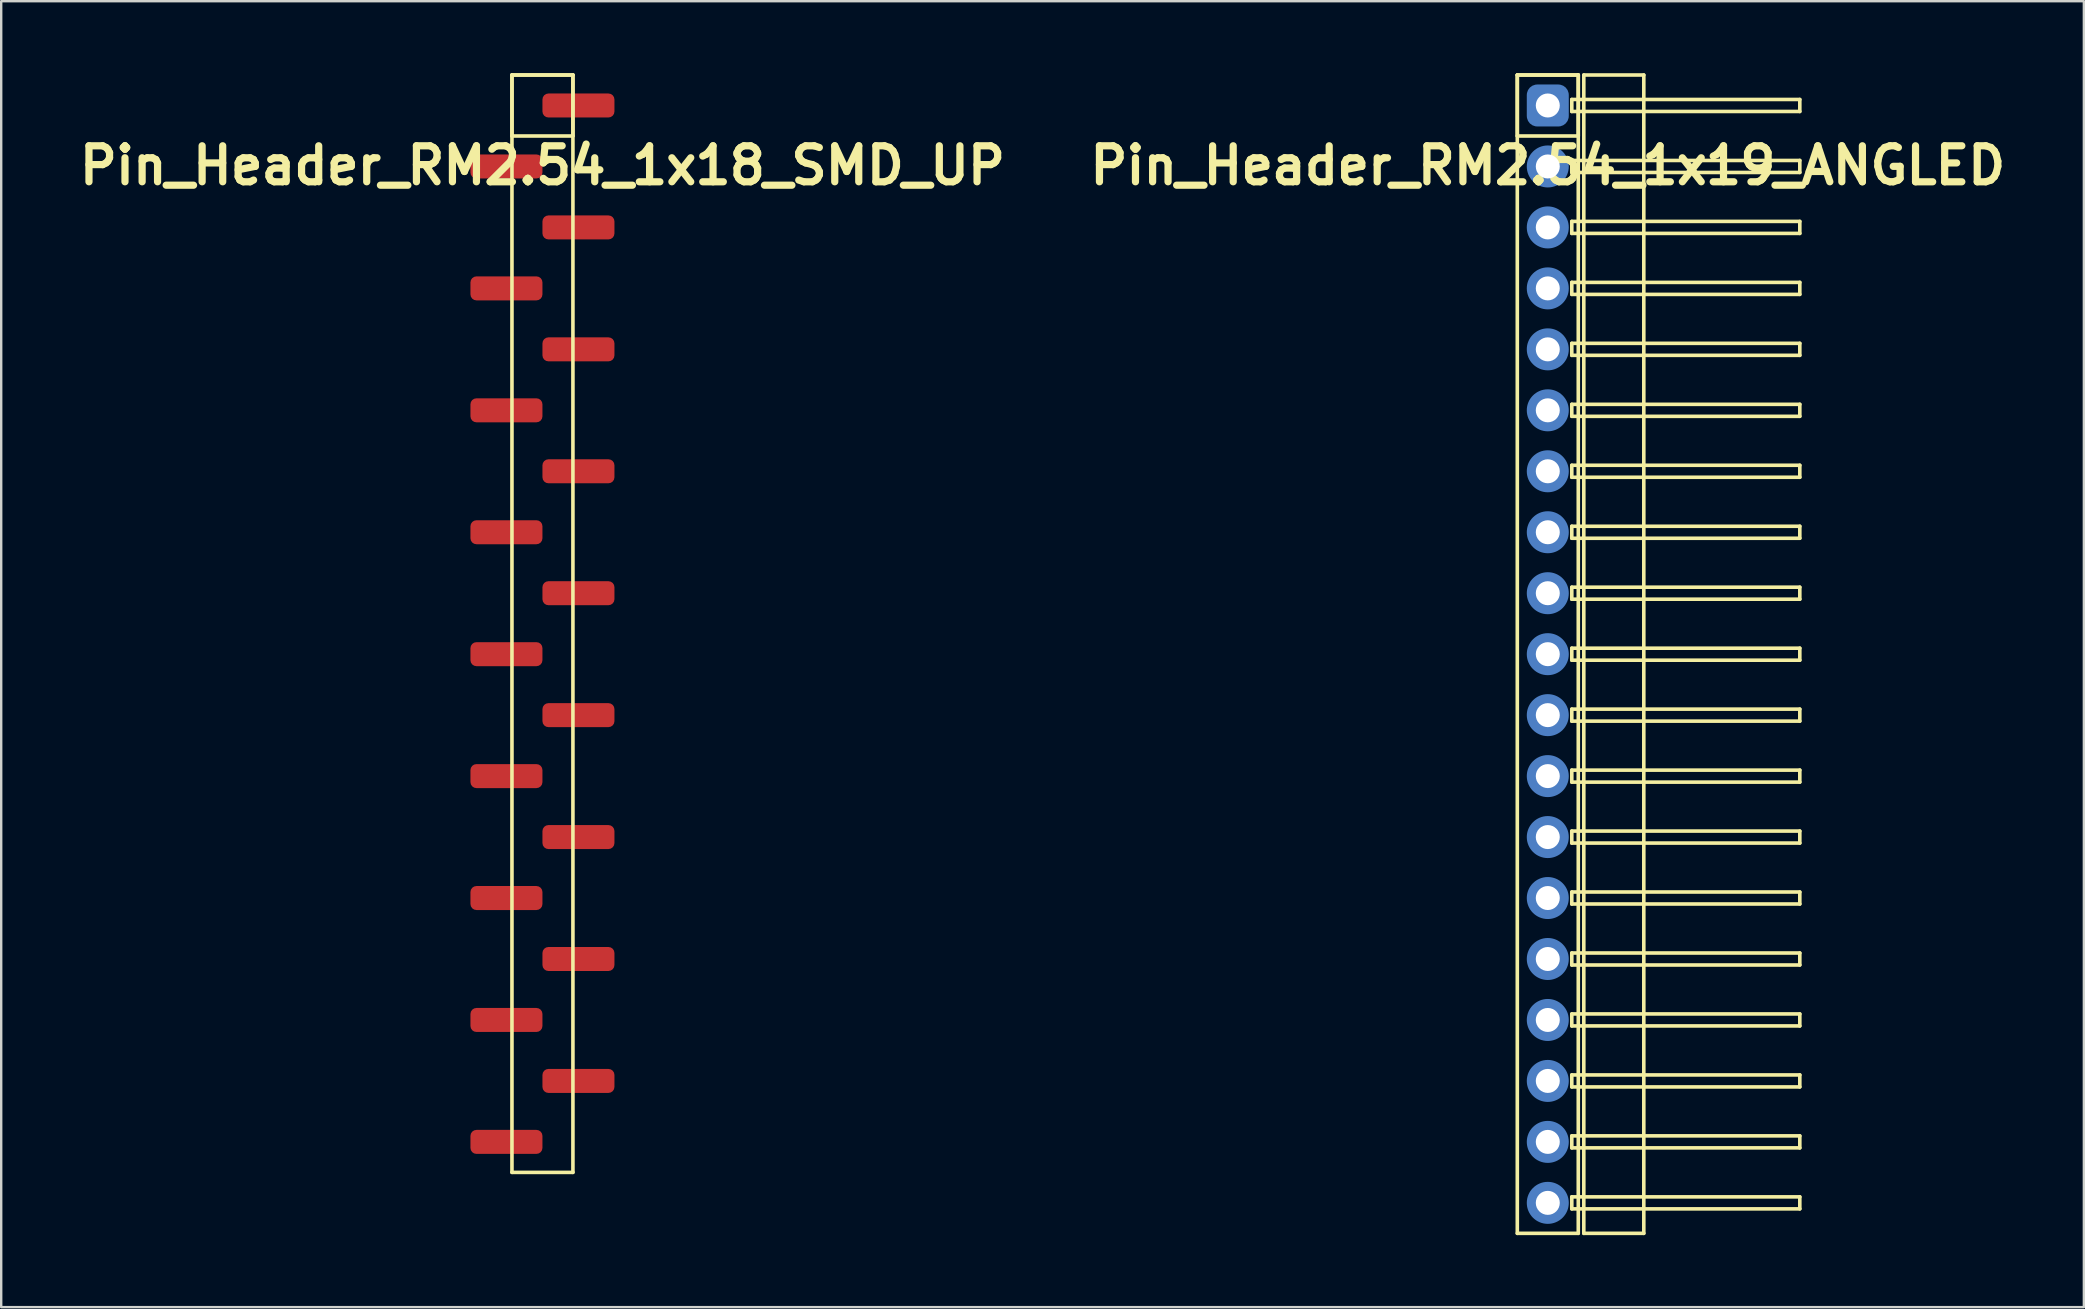
<source format=kicad_pcb>
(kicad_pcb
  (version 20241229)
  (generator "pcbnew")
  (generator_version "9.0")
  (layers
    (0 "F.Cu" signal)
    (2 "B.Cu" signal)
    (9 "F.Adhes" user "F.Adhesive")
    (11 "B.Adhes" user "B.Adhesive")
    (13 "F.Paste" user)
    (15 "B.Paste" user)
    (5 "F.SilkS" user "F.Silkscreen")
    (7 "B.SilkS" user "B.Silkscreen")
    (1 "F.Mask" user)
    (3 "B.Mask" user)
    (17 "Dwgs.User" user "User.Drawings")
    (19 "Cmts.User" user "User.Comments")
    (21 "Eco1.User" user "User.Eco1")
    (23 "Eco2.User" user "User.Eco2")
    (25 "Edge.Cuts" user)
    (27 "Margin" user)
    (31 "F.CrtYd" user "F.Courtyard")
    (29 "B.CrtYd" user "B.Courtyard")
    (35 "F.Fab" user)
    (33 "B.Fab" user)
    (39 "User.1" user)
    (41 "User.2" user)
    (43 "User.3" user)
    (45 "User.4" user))
  (footprint "Pin_Header_RM2.54_1x19_ANGLED"
    (layer "F.Cu")
    (at 61.436 1.345)
    (property "Reference" "Pin_Header_RM2.54_1x19_ANGLED" (at 0 2.5 0) (layer "F.SilkS") (effects (font (size 1.5 1.5) (thickness 0.3))))
    (attr through_hole)
    (fp_line (start -1.27 -1.27) (end 1.27 -1.27) (stroke (width 0.15) (type solid)) (layer "F.SilkS"))
    (fp_line (start -1.27 -1.27) (end 1.27 -1.27) (stroke (width 0.15) (type solid)) (layer "F.SilkS"))
    (fp_line (start -1.27 1.27) (end -1.27 -1.27) (stroke (width 0.15) (type solid)) (layer "F.SilkS"))
    (fp_line (start -1.27 46.99) (end -1.27 -1.27) (stroke (width 0.15) (type solid)) (layer "F.SilkS"))
    (fp_line (start 1 -0.25) (end 10.5 -0.25) (stroke (width 0.15) (type solid)) (layer "F.SilkS"))
    (fp_line (start 1 0.25) (end 1 -0.25) (stroke (width 0.15) (type solid)) (layer "F.SilkS"))
    (fp_line (start 1 2.29) (end 10.5 2.29) (stroke (width 0.15) (type solid)) (layer "F.SilkS"))
    (fp_line (start 1 2.79) (end 1 2.29) (stroke (width 0.15) (type solid)) (layer "F.SilkS"))
    (fp_line (start 1 4.83) (end 10.5 4.83) (stroke (width 0.15) (type solid)) (layer "F.SilkS"))
    (fp_line (start 1 5.33) (end 1 4.83) (stroke (width 0.15) (type solid)) (layer "F.SilkS"))
    (fp_line (start 1 7.37) (end 10.5 7.37) (stroke (width 0.15) (type solid)) (layer "F.SilkS"))
    (fp_line (start 1 7.87) (end 1 7.37) (stroke (width 0.15) (type solid)) (layer "F.SilkS"))
    (fp_line (start 1 9.91) (end 10.5 9.91) (stroke (width 0.15) (type solid)) (layer "F.SilkS"))
    (fp_line (start 1 10.41) (end 1 9.91) (stroke (width 0.15) (type solid)) (layer "F.SilkS"))
    (fp_line (start 1 12.45) (end 10.5 12.45) (stroke (width 0.15) (type solid)) (layer "F.SilkS"))
    (fp_line (start 1 12.95) (end 1 12.45) (stroke (width 0.15) (type solid)) (layer "F.SilkS"))
    (fp_line (start 1 14.99) (end 10.5 14.99) (stroke (width 0.15) (type solid)) (layer "F.SilkS"))
    (fp_line (start 1 15.49) (end 1 14.99) (stroke (width 0.15) (type solid)) (layer "F.SilkS"))
    (fp_line (start 1 17.53) (end 10.5 17.53) (stroke (width 0.15) (type solid)) (layer "F.SilkS"))
    (fp_line (start 1 18.03) (end 1 17.53) (stroke (width 0.15) (type solid)) (layer "F.SilkS"))
    (fp_line (start 1 20.07) (end 10.5 20.07) (stroke (width 0.15) (type solid)) (layer "F.SilkS"))
    (fp_line (start 1 20.57) (end 1 20.07) (stroke (width 0.15) (type solid)) (layer "F.SilkS"))
    (fp_line (start 1 22.61) (end 10.5 22.61) (stroke (width 0.15) (type solid)) (layer "F.SilkS"))
    (fp_line (start 1 23.11) (end 1 22.61) (stroke (width 0.15) (type solid)) (layer "F.SilkS"))
    (fp_line (start 1 25.15) (end 10.5 25.15) (stroke (width 0.15) (type solid)) (layer "F.SilkS"))
    (fp_line (start 1 25.65) (end 1 25.15) (stroke (width 0.15) (type solid)) (layer "F.SilkS"))
    (fp_line (start 1 27.69) (end 10.5 27.69) (stroke (width 0.15) (type solid)) (layer "F.SilkS"))
    (fp_line (start 1 28.19) (end 1 27.69) (stroke (width 0.15) (type solid)) (layer "F.SilkS"))
    (fp_line (start 1 30.23) (end 10.5 30.23) (stroke (width 0.15) (type solid)) (layer "F.SilkS"))
    (fp_line (start 1 30.73) (end 1 30.23) (stroke (width 0.15) (type solid)) (layer "F.SilkS"))
    (fp_line (start 1 32.77) (end 10.5 32.77) (stroke (width 0.15) (type solid)) (layer "F.SilkS"))
    (fp_line (start 1 33.27) (end 1 32.77) (stroke (width 0.15) (type solid)) (layer "F.SilkS"))
    (fp_line (start 1 35.31) (end 10.5 35.31) (stroke (width 0.15) (type solid)) (layer "F.SilkS"))
    (fp_line (start 1 35.81) (end 1 35.31) (stroke (width 0.15) (type solid)) (layer "F.SilkS"))
    (fp_line (start 1 37.85) (end 10.5 37.85) (stroke (width 0.15) (type solid)) (layer "F.SilkS"))
    (fp_line (start 1 38.35) (end 1 37.85) (stroke (width 0.15) (type solid)) (layer "F.SilkS"))
    (fp_line (start 1 40.39) (end 10.5 40.39) (stroke (width 0.15) (type solid)) (layer "F.SilkS"))
    (fp_line (start 1 40.89) (end 1 40.39) (stroke (width 0.15) (type solid)) (layer "F.SilkS"))
    (fp_line (start 1 42.93) (end 10.5 42.93) (stroke (width 0.15) (type solid)) (layer "F.SilkS"))
    (fp_line (start 1 43.43) (end 1 42.93) (stroke (width 0.15) (type solid)) (layer "F.SilkS"))
    (fp_line (start 1 45.47) (end 10.5 45.47) (stroke (width 0.15) (type solid)) (layer "F.SilkS"))
    (fp_line (start 1 45.97) (end 1 45.47) (stroke (width 0.15) (type solid)) (layer "F.SilkS"))
    (fp_line (start 1.27 -1.27) (end 1.27 1.27) (stroke (width 0.15) (type solid)) (layer "F.SilkS"))
    (fp_line (start 1.27 -1.27) (end 1.27 46.99) (stroke (width 0.15) (type solid)) (layer "F.SilkS"))
    (fp_line (start 1.27 1.27) (end -1.27 1.27) (stroke (width 0.15) (type solid)) (layer "F.SilkS"))
    (fp_line (start 1.27 46.99) (end -1.27 46.99) (stroke (width 0.15) (type solid)) (layer "F.SilkS"))
    (fp_line (start 1.5 -1.27) (end 4 -1.27) (stroke (width 0.15) (type solid)) (layer "F.SilkS"))
    (fp_line (start 1.5 46.99) (end 1.5 -1.27) (stroke (width 0.15) (type solid)) (layer "F.SilkS"))
    (fp_line (start 4 -1.27) (end 4 46.99) (stroke (width 0.15) (type solid)) (layer "F.SilkS"))
    (fp_line (start 4 46.99) (end 1.5 46.99) (stroke (width 0.15) (type solid)) (layer "F.SilkS"))
    (fp_line (start 10.5 -0.25) (end 10.5 0.25) (stroke (width 0.15) (type solid)) (layer "F.SilkS"))
    (fp_line (start 10.5 0.25) (end 1 0.25) (stroke (width 0.15) (type solid)) (layer "F.SilkS"))
    (fp_line (start 10.5 2.29) (end 10.5 2.79) (stroke (width 0.15) (type solid)) (layer "F.SilkS"))
    (fp_line (start 10.5 2.79) (end 1 2.79) (stroke (width 0.15) (type solid)) (layer "F.SilkS"))
    (fp_line (start 10.5 4.83) (end 10.5 5.33) (stroke (width 0.15) (type solid)) (layer "F.SilkS"))
    (fp_line (start 10.5 5.33) (end 1 5.33) (stroke (width 0.15) (type solid)) (layer "F.SilkS"))
    (fp_line (start 10.5 7.37) (end 10.5 7.87) (stroke (width 0.15) (type solid)) (layer "F.SilkS"))
    (fp_line (start 10.5 7.87) (end 1 7.87) (stroke (width 0.15) (type solid)) (layer "F.SilkS"))
    (fp_line (start 10.5 9.91) (end 10.5 10.41) (stroke (width 0.15) (type solid)) (layer "F.SilkS"))
    (fp_line (start 10.5 10.41) (end 1 10.41) (stroke (width 0.15) (type solid)) (layer "F.SilkS"))
    (fp_line (start 10.5 12.45) (end 10.5 12.95) (stroke (width 0.15) (type solid)) (layer "F.SilkS"))
    (fp_line (start 10.5 12.95) (end 1 12.95) (stroke (width 0.15) (type solid)) (layer "F.SilkS"))
    (fp_line (start 10.5 14.99) (end 10.5 15.49) (stroke (width 0.15) (type solid)) (layer "F.SilkS"))
    (fp_line (start 10.5 15.49) (end 1 15.49) (stroke (width 0.15) (type solid)) (layer "F.SilkS"))
    (fp_line (start 10.5 17.53) (end 10.5 18.03) (stroke (width 0.15) (type solid)) (layer "F.SilkS"))
    (fp_line (start 10.5 18.03) (end 1 18.03) (stroke (width 0.15) (type solid)) (layer "F.SilkS"))
    (fp_line (start 10.5 20.07) (end 10.5 20.57) (stroke (width 0.15) (type solid)) (layer "F.SilkS"))
    (fp_line (start 10.5 20.57) (end 1 20.57) (stroke (width 0.15) (type solid)) (layer "F.SilkS"))
    (fp_line (start 10.5 22.61) (end 10.5 23.11) (stroke (width 0.15) (type solid)) (layer "F.SilkS"))
    (fp_line (start 10.5 23.11) (end 1 23.11) (stroke (width 0.15) (type solid)) (layer "F.SilkS"))
    (fp_line (start 10.5 25.15) (end 10.5 25.65) (stroke (width 0.15) (type solid)) (layer "F.SilkS"))
    (fp_line (start 10.5 25.65) (end 1 25.65) (stroke (width 0.15) (type solid)) (layer "F.SilkS"))
    (fp_line (start 10.5 27.69) (end 10.5 28.19) (stroke (width 0.15) (type solid)) (layer "F.SilkS"))
    (fp_line (start 10.5 28.19) (end 1 28.19) (stroke (width 0.15) (type solid)) (layer "F.SilkS"))
    (fp_line (start 10.5 30.23) (end 10.5 30.73) (stroke (width 0.15) (type solid)) (layer "F.SilkS"))
    (fp_line (start 10.5 30.73) (end 1 30.73) (stroke (width 0.15) (type solid)) (layer "F.SilkS"))
    (fp_line (start 10.5 32.77) (end 10.5 33.27) (stroke (width 0.15) (type solid)) (layer "F.SilkS"))
    (fp_line (start 10.5 33.27) (end 1 33.27) (stroke (width 0.15) (type solid)) (layer "F.SilkS"))
    (fp_line (start 10.5 35.31) (end 10.5 35.81) (stroke (width 0.15) (type solid)) (layer "F.SilkS"))
    (fp_line (start 10.5 35.81) (end 1 35.81) (stroke (width 0.15) (type solid)) (layer "F.SilkS"))
    (fp_line (start 10.5 37.85) (end 10.5 38.35) (stroke (width 0.15) (type solid)) (layer "F.SilkS"))
    (fp_line (start 10.5 38.35) (end 1 38.35) (stroke (width 0.15) (type solid)) (layer "F.SilkS"))
    (fp_line (start 10.5 40.39) (end 10.5 40.89) (stroke (width 0.15) (type solid)) (layer "F.SilkS"))
    (fp_line (start 10.5 40.89) (end 1 40.89) (stroke (width 0.15) (type solid)) (layer "F.SilkS"))
    (fp_line (start 10.5 42.93) (end 10.5 43.43) (stroke (width 0.15) (type solid)) (layer "F.SilkS"))
    (fp_line (start 10.5 43.43) (end 1 43.43) (stroke (width 0.15) (type solid)) (layer "F.SilkS"))
    (fp_line (start 10.5 45.47) (end 10.5 45.97) (stroke (width 0.15) (type solid)) (layer "F.SilkS"))
    (fp_line (start 10.5 45.97) (end 1 45.97) (stroke (width 0.15) (type solid)) (layer "F.SilkS"))
    (pad "1" thru_hole circle (at 0 0) (size 1.3 1.3) (drill 1) (layers "*.Cu" "*.Mask"))
    (pad "1" smd roundrect (at 0 0) (size 1.5 1.5) (layers "F.Cu" "F.Mask") (roundrect_rratio 0.25))
    (pad "1" smd roundrect (at 0 0) (size 1.75 1.75) (layers "B.Cu" "B.Mask") (roundrect_rratio 0.25))
    (pad "2" thru_hole circle (at 0 2.54) (size 1.3 1.3) (drill 1) (layers "*.Cu" "*.Mask"))
    (pad "2" smd circle (at 0 2.54) (size 1.5 1.5) (layers "F.Cu" "F.Mask"))
    (pad "2" smd circle (at 0 2.54) (size 1.75 1.75) (layers "B.Cu" "B.Mask"))
    (pad "3" thru_hole circle (at 0 5.08) (size 1.3 1.3) (drill 1) (layers "*.Cu" "*.Mask"))
    (pad "3" smd circle (at 0 5.08) (size 1.5 1.5) (layers "F.Cu" "F.Mask"))
    (pad "3" smd circle (at 0 5.08) (size 1.75 1.75) (layers "B.Cu" "B.Mask"))
    (pad "4" thru_hole circle (at 0 7.62) (size 1.3 1.3) (drill 1) (layers "*.Cu" "*.Mask"))
    (pad "4" smd circle (at 0 7.62) (size 1.5 1.5) (layers "F.Cu" "F.Mask"))
    (pad "4" smd circle (at 0 7.62) (size 1.75 1.75) (layers "B.Cu" "B.Mask"))
    (pad "5" thru_hole circle (at 0 10.16) (size 1.3 1.3) (drill 1) (layers "*.Cu" "*.Mask"))
    (pad "5" smd circle (at 0 10.16) (size 1.5 1.5) (layers "F.Cu" "F.Mask"))
    (pad "5" smd circle (at 0 10.16) (size 1.75 1.75) (layers "B.Cu" "B.Mask"))
    (pad "6" thru_hole circle (at 0 12.7) (size 1.3 1.3) (drill 1) (layers "*.Cu" "*.Mask"))
    (pad "6" smd circle (at 0 12.7) (size 1.5 1.5) (layers "F.Cu" "F.Mask"))
    (pad "6" smd circle (at 0 12.7) (size 1.75 1.75) (layers "B.Cu" "B.Mask"))
    (pad "7" thru_hole circle (at 0 15.24) (size 1.3 1.3) (drill 1) (layers "*.Cu" "*.Mask"))
    (pad "7" smd circle (at 0 15.24) (size 1.5 1.5) (layers "F.Cu" "F.Mask"))
    (pad "7" smd circle (at 0 15.24) (size 1.75 1.75) (layers "B.Cu" "B.Mask"))
    (pad "8" thru_hole circle (at 0 17.78) (size 1.3 1.3) (drill 1) (layers "*.Cu" "*.Mask"))
    (pad "8" smd circle (at 0 17.78) (size 1.5 1.5) (layers "F.Cu" "F.Mask"))
    (pad "8" smd circle (at 0 17.78) (size 1.75 1.75) (layers "B.Cu" "B.Mask"))
    (pad "9" thru_hole circle (at 0 20.32) (size 1.3 1.3) (drill 1) (layers "*.Cu" "*.Mask"))
    (pad "9" smd circle (at 0 20.32) (size 1.5 1.5) (layers "F.Cu" "F.Mask"))
    (pad "9" smd circle (at 0 20.32) (size 1.75 1.75) (layers "B.Cu" "B.Mask"))
    (pad "10" thru_hole circle (at 0 22.86) (size 1.3 1.3) (drill 1) (layers "*.Cu" "*.Mask"))
    (pad "10" smd circle (at 0 22.86) (size 1.5 1.5) (layers "F.Cu" "F.Mask"))
    (pad "10" smd circle (at 0 22.86) (size 1.75 1.75) (layers "B.Cu" "B.Mask"))
    (pad "11" thru_hole circle (at 0 25.4) (size 1.3 1.3) (drill 1) (layers "*.Cu" "*.Mask"))
    (pad "11" smd circle (at 0 25.4) (size 1.5 1.5) (layers "F.Cu" "F.Mask"))
    (pad "11" smd circle (at 0 25.4) (size 1.75 1.75) (layers "B.Cu" "B.Mask"))
    (pad "12" thru_hole circle (at 0 27.94) (size 1.3 1.3) (drill 1) (layers "*.Cu" "*.Mask"))
    (pad "12" smd circle (at 0 27.94) (size 1.5 1.5) (layers "F.Cu" "F.Mask"))
    (pad "12" smd circle (at 0 27.94) (size 1.75 1.75) (layers "B.Cu" "B.Mask"))
    (pad "13" thru_hole circle (at 0 30.48) (size 1.3 1.3) (drill 1) (layers "*.Cu" "*.Mask"))
    (pad "13" smd circle (at 0 30.48) (size 1.5 1.5) (layers "F.Cu" "F.Mask"))
    (pad "13" smd circle (at 0 30.48) (size 1.75 1.75) (layers "B.Cu" "B.Mask"))
    (pad "14" thru_hole circle (at 0 33.02) (size 1.3 1.3) (drill 1) (layers "*.Cu" "*.Mask"))
    (pad "14" smd circle (at 0 33.02) (size 1.5 1.5) (layers "F.Cu" "F.Mask"))
    (pad "14" smd circle (at 0 33.02) (size 1.75 1.75) (layers "B.Cu" "B.Mask"))
    (pad "15" thru_hole circle (at 0 35.56) (size 1.3 1.3) (drill 1) (layers "*.Cu" "*.Mask"))
    (pad "15" smd circle (at 0 35.56) (size 1.5 1.5) (layers "F.Cu" "F.Mask"))
    (pad "15" smd circle (at 0 35.56) (size 1.75 1.75) (layers "B.Cu" "B.Mask"))
    (pad "16" thru_hole circle (at 0 38.1) (size 1.3 1.3) (drill 1) (layers "*.Cu" "*.Mask"))
    (pad "16" smd circle (at 0 38.1) (size 1.5 1.5) (layers "F.Cu" "F.Mask"))
    (pad "16" smd circle (at 0 38.1) (size 1.75 1.75) (layers "B.Cu" "B.Mask"))
    (pad "17" thru_hole circle (at 0 40.64) (size 1.3 1.3) (drill 1) (layers "*.Cu" "*.Mask"))
    (pad "17" smd circle (at 0 40.64) (size 1.5 1.5) (layers "F.Cu" "F.Mask"))
    (pad "17" smd circle (at 0 40.64) (size 1.75 1.75) (layers "B.Cu" "B.Mask"))
    (pad "18" thru_hole circle (at 0 43.18) (size 1.3 1.3) (drill 1) (layers "*.Cu" "*.Mask"))
    (pad "18" smd circle (at 0 43.18) (size 1.5 1.5) (layers "F.Cu" "F.Mask"))
    (pad "18" smd circle (at 0 43.18) (size 1.75 1.75) (layers "B.Cu" "B.Mask"))
    (pad "19" thru_hole circle (at 0 45.72) (size 1.3 1.3) (drill 1) (layers "*.Cu" "*.Mask"))
    (pad "19" smd circle (at 0 45.72) (size 1.5 1.5) (layers "F.Cu" "F.Mask"))
    (pad "19" smd circle (at 0 45.72) (size 1.75 1.75) (layers "B.Cu" "B.Mask")))
  (footprint "Pin_Header_RM2.54_1x18_SMD_UP"
    (layer "F.Cu")
    (at 19.55 1.345)
    (property "Reference" "Pin_Header_RM2.54_1x18_SMD_UP" (at 0 2.5 0) (layer "F.SilkS") (effects (font (size 1.5 1.5) (thickness 0.3))))
    (attr through_hole)
    (fp_line (start -1.27 -1.27) (end 1.27 -1.27) (stroke (width 0.15) (type solid)) (layer "F.SilkS"))
    (fp_line (start -1.27 -1.27) (end 1.27 -1.27) (stroke (width 0.15) (type solid)) (layer "F.SilkS"))
    (fp_line (start -1.27 1.27) (end -1.27 -1.27) (stroke (width 0.15) (type solid)) (layer "F.SilkS"))
    (fp_line (start -1.27 44.45) (end -1.27 -1.27) (stroke (width 0.15) (type solid)) (layer "F.SilkS"))
    (fp_line (start 1.27 -1.27) (end 1.27 1.27) (stroke (width 0.15) (type solid)) (layer "F.SilkS"))
    (fp_line (start 1.27 -1.27) (end 1.27 44.45) (stroke (width 0.15) (type solid)) (layer "F.SilkS"))
    (fp_line (start 1.27 1.27) (end -1.27 1.27) (stroke (width 0.15) (type solid)) (layer "F.SilkS"))
    (fp_line (start 1.27 44.45) (end -1.27 44.45) (stroke (width 0.15) (type solid)) (layer "F.SilkS"))
    (pad "1" smd roundrect (at 1.5 0) (size 3 1) (layers "F.Cu" "F.Mask") (roundrect_rratio 0.25))
    (pad "2" smd roundrect (at -1.5 2.54) (size 3 1) (layers "F.Cu" "F.Mask") (roundrect_rratio 0.25))
    (pad "3" smd roundrect (at 1.5 5.08) (size 3 1) (layers "F.Cu" "F.Mask") (roundrect_rratio 0.25))
    (pad "4" smd roundrect (at -1.5 7.62) (size 3 1) (layers "F.Cu" "F.Mask") (roundrect_rratio 0.25))
    (pad "5" smd roundrect (at 1.5 10.16) (size 3 1) (layers "F.Cu" "F.Mask") (roundrect_rratio 0.25))
    (pad "6" smd roundrect (at -1.5 12.7) (size 3 1) (layers "F.Cu" "F.Mask") (roundrect_rratio 0.25))
    (pad "7" smd roundrect (at 1.5 15.24) (size 3 1) (layers "F.Cu" "F.Mask") (roundrect_rratio 0.25))
    (pad "8" smd roundrect (at -1.5 17.78) (size 3 1) (layers "F.Cu" "F.Mask") (roundrect_rratio 0.25))
    (pad "9" smd roundrect (at 1.5 20.32) (size 3 1) (layers "F.Cu" "F.Mask") (roundrect_rratio 0.25))
    (pad "10" smd roundrect (at -1.5 22.86) (size 3 1) (layers "F.Cu" "F.Mask") (roundrect_rratio 0.25))
    (pad "11" smd roundrect (at 1.5 25.4) (size 3 1) (layers "F.Cu" "F.Mask") (roundrect_rratio 0.25))
    (pad "12" smd roundrect (at -1.5 27.94) (size 3 1) (layers "F.Cu" "F.Mask") (roundrect_rratio 0.25))
    (pad "13" smd roundrect (at 1.5 30.48) (size 3 1) (layers "F.Cu" "F.Mask") (roundrect_rratio 0.25))
    (pad "14" smd roundrect (at -1.5 33.02) (size 3 1) (layers "F.Cu" "F.Mask") (roundrect_rratio 0.25))
    (pad "15" smd roundrect (at 1.5 35.56) (size 3 1) (layers "F.Cu" "F.Mask") (roundrect_rratio 0.25))
    (pad "16" smd roundrect (at -1.5 38.1) (size 3 1) (layers "F.Cu" "F.Mask") (roundrect_rratio 0.25))
    (pad "17" smd roundrect (at 1.5 40.64) (size 3 1) (layers "F.Cu" "F.Mask") (roundrect_rratio 0.25))
    (pad "18" smd roundrect (at -1.5 43.18) (size 3 1) (layers "F.Cu" "F.Mask") (roundrect_rratio 0.25)))
  (gr_rect
    (start -3 -3)
    (end 83.771 51.41)
    (stroke (width 0.1) (type default))
    (fill no)
    (layer "Edge.Cuts")))
</source>
